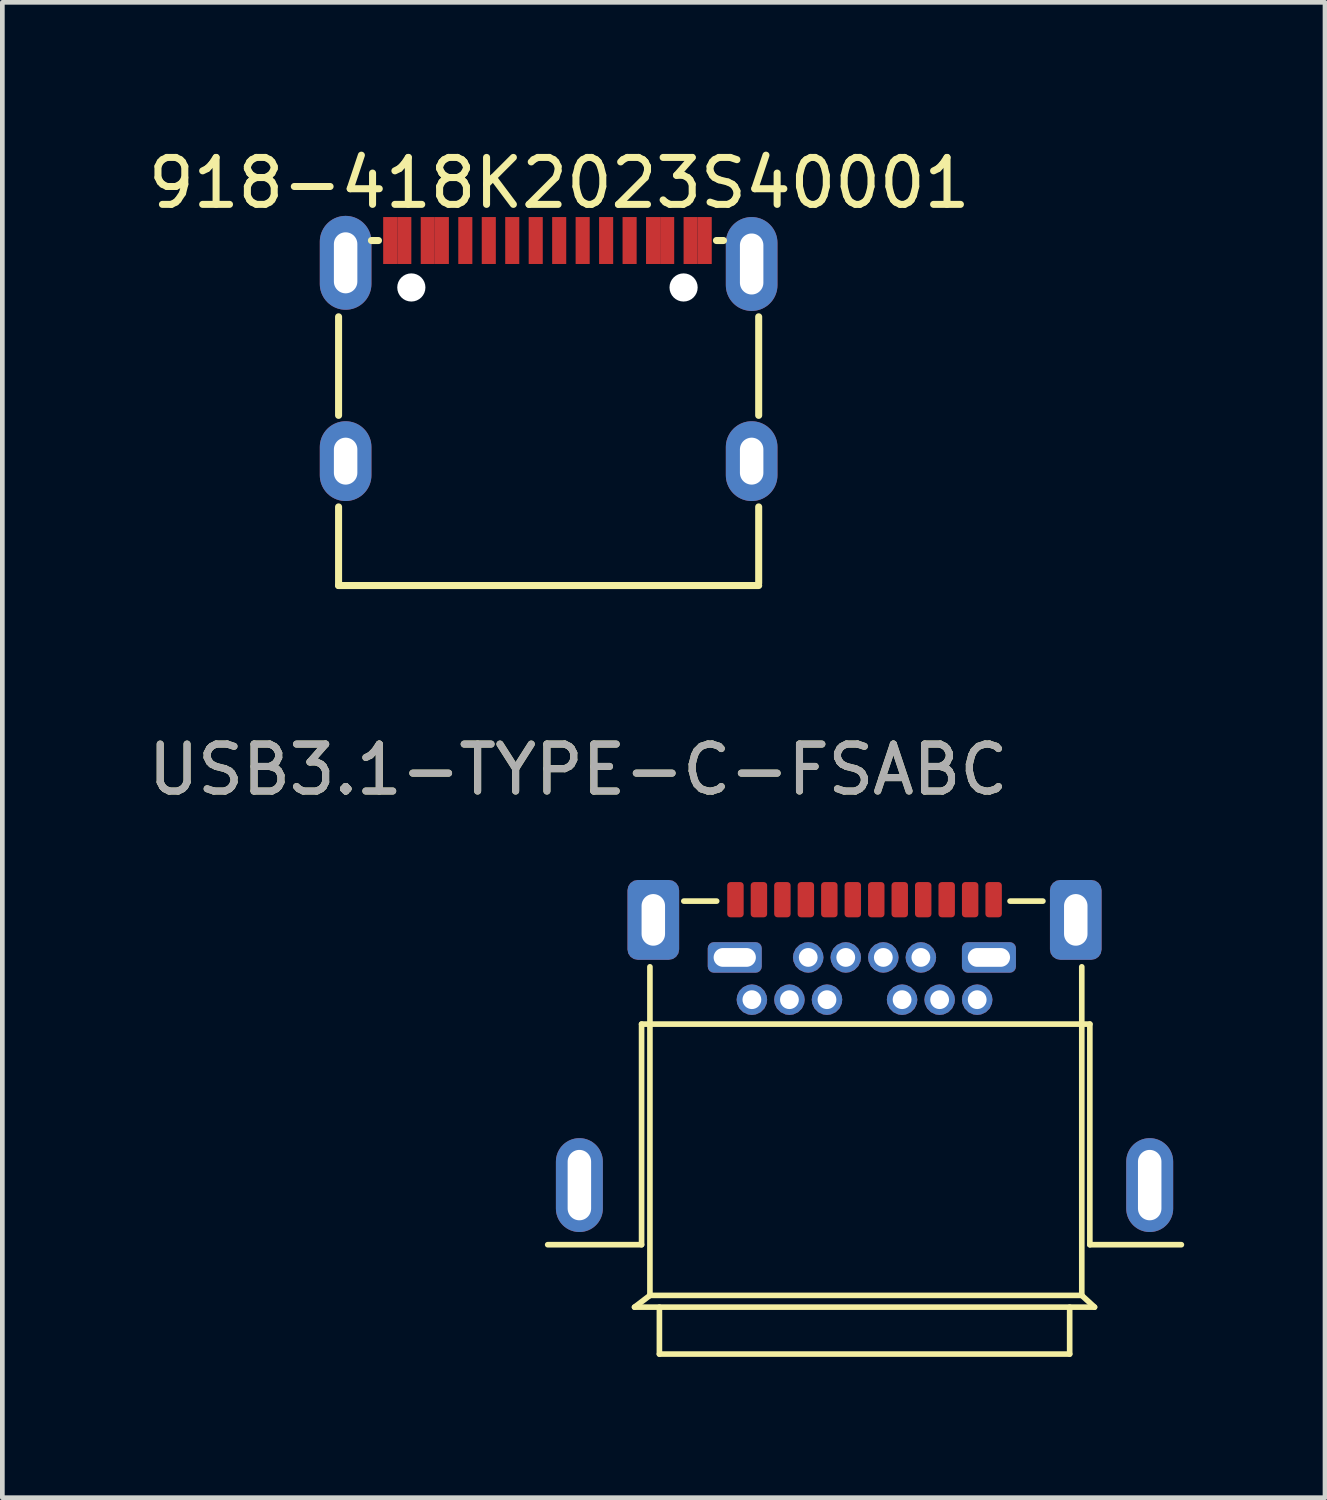
<source format=kicad_pcb>
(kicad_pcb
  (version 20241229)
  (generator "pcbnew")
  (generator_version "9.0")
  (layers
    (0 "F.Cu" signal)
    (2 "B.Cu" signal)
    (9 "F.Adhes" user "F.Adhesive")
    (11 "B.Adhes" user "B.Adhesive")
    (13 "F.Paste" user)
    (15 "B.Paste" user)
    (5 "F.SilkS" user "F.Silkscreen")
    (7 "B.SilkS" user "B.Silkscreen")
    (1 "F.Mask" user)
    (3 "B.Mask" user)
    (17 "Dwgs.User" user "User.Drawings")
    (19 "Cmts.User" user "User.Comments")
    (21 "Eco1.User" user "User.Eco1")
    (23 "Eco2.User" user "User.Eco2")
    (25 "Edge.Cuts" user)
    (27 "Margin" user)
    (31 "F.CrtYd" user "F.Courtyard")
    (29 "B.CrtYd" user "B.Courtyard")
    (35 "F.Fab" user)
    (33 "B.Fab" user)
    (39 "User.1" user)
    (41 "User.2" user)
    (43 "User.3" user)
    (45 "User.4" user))
  (footprint "918-418K2023S40001"
    (layer "F.Cu")
    (at 8.613 4.574)
    (property "Reference" "918-418K2023S40001" (at 0.25 -3.725 0) (unlocked yes) (layer "F.SilkS") (effects (font (size 1 1) (thickness 0.15))))
    (attr smd)
    (fp_line (start -4.45 -0.875) (end -4.45 1.225) (stroke (width 0.15) (type solid)) (layer "F.SilkS"))
    (fp_line (start -4.45 3.175) (end -4.45 4.85) (stroke (width 0.15) (type solid)) (layer "F.SilkS"))
    (fp_line (start -3.75 -2.5) (end -3.6 -2.5) (stroke (width 0.15) (type solid)) (layer "F.SilkS"))
    (fp_line (start 3.6 -2.5) (end 3.75 -2.5) (stroke (width 0.15) (type solid)) (layer "F.SilkS"))
    (fp_line (start 4.5 -0.875) (end 4.5 1.225) (stroke (width 0.15) (type solid)) (layer "F.SilkS"))
    (fp_line (start 4.5 3.175) (end 4.5 4.8) (stroke (width 0.15) (type solid)) (layer "F.SilkS"))
    (fp_line (start 4.5 4.85) (end -4.45 4.85) (stroke (width 0.15) (type solid)) (layer "F.SilkS"))
    (pad "" np_thru_hole circle (at -2.9 -1.5) (size 0.6 0.6) (drill 0.6) (layers "*.Cu" "*.Mask"))
    (pad "" np_thru_hole circle (at 2.9 -1.5) (size 0.6 0.6) (drill 0.6) (layers "*.Cu" "*.Mask"))
    (pad "A1" smd rect (at -3.35 -2.5) (size 0.3 1) (layers "F.Cu" "F.Mask" "F.Paste"))
    (pad "A4" smd rect (at -2.55 -2.5) (size 0.3 1) (layers "F.Cu" "F.Mask" "F.Paste"))
    (pad "A5" smd rect (at -1.75 -2.5) (size 0.3 1) (layers "F.Cu" "F.Mask" "F.Paste"))
    (pad "A6" smd rect (at -0.25 -2.5) (size 0.3 1) (layers "F.Cu" "F.Mask" "F.Paste"))
    (pad "A7" smd rect (at 0.25 -2.5) (size 0.3 1) (layers "F.Cu" "F.Mask" "F.Paste"))
    (pad "A8" smd rect (at 1.25 -2.5) (size 0.3 1) (layers "F.Cu" "F.Mask" "F.Paste"))
    (pad "A9" smd rect (at 2.55 -2.5) (size 0.3 1) (layers "F.Cu" "F.Mask" "F.Paste"))
    (pad "A12" smd rect (at 3.35 -2.5) (size 0.3 1) (layers "F.Cu" "F.Mask" "F.Paste"))
    (pad "B1" smd rect (at 3.05 -2.5) (size 0.3 1) (layers "F.Cu" "F.Mask" "F.Paste"))
    (pad "B4" smd rect (at 2.25 -2.5) (size 0.3 1) (layers "F.Cu" "F.Mask" "F.Paste"))
    (pad "B5" smd rect (at 1.75 -2.5) (size 0.3 1) (layers "F.Cu" "F.Mask" "F.Paste"))
    (pad "B6" smd rect (at 0.75 -2.5) (size 0.3 1) (layers "F.Cu" "F.Mask" "F.Paste"))
    (pad "B7" smd rect (at -0.75 -2.5) (size 0.3 1) (layers "F.Cu" "F.Mask" "F.Paste"))
    (pad "B8" smd rect (at -1.25 -2.5) (size 0.3 1) (layers "F.Cu" "F.Mask" "F.Paste"))
    (pad "B9" smd rect (at -2.25 -2.5) (size 0.3 1) (layers "F.Cu" "F.Mask" "F.Paste"))
    (pad "B12" smd rect (at -3.05 -2.5) (size 0.3 1) (layers "F.Cu" "F.Mask" "F.Paste"))
    (pad "S1" thru_hole oval (at -4.3 -2.025) (size 1.1 2) (drill oval 0.5 1.3) (layers "*.Cu" "*.Mask"))
    (pad "S1" thru_hole oval (at -4.3 2.2) (size 1.1 1.7) (drill oval 0.5 1) (layers "*.Cu" "*.Mask"))
    (pad "S2" thru_hole oval (at 4.35 -2) (size 1.1 2) (drill oval 0.5 1.3) (layers "*.Cu" "*.Mask"))
    (pad "S2" thru_hole oval (at 4.35 2.2) (size 1.1 1.7) (drill oval 0.5 1) (layers "*.Cu" "*.Mask")))
  (footprint "USB3.1-TYPE-C-FSABC"
    (layer "F.Cu")
    (at 15.368 21.047)
    (property "Reference" "USB3.1-TYPE-C-FSABC" (at -6.1 -7.7 0) (unlocked yes) (layer "F.SilkS") (effects (font (size 1 1) (thickness 0.15))))
    (attr through_hole)
    (fp_line (start -6.75 2.42) (end -4.75 2.42) (stroke (width 0.12) (type solid)) (layer "F.SilkS"))
    (fp_line (start -4.9 3.75) (end 4.9 3.75) (stroke (width 0.12) (type solid)) (layer "F.SilkS"))
    (fp_line (start -4.75 -2.28) (end 4.8 -2.28) (stroke (width 0.12) (type solid)) (layer "F.SilkS"))
    (fp_line (start -4.75 2.42) (end -4.75 -2.28) (stroke (width 0.12) (type solid)) (layer "F.SilkS"))
    (fp_line (start -4.572 -3.5) (end -4.572 3.5) (stroke (width 0.12) (type solid)) (layer "F.SilkS"))
    (fp_line (start -4.572 3.5) (end -4.9 3.75) (stroke (width 0.12) (type solid)) (layer "F.SilkS"))
    (fp_line (start -4.572 3.5) (end 4.628 3.5) (stroke (width 0.12) (type solid)) (layer "F.SilkS"))
    (fp_line (start -4.37 4.75) (end -4.37 3.75) (stroke (width 0.12) (type solid)) (layer "F.SilkS"))
    (fp_line (start -4.37 4.75) (end 4.37 4.75) (stroke (width 0.12) (type solid)) (layer "F.SilkS"))
    (fp_line (start -3.85 -4.9) (end -3.15 -4.9) (stroke (width 0.12) (type solid)) (layer "F.SilkS"))
    (fp_line (start 3.1 -4.9) (end 3.8 -4.9) (stroke (width 0.12) (type solid)) (layer "F.SilkS"))
    (fp_line (start 4.37 3.75) (end 4.37 4.75) (stroke (width 0.12) (type solid)) (layer "F.SilkS"))
    (fp_line (start 4.628 -3.5) (end 4.628 3.5) (stroke (width 0.12) (type solid)) (layer "F.SilkS"))
    (fp_line (start 4.8 2.42) (end 4.8 -2.28) (stroke (width 0.12) (type solid)) (layer "F.SilkS"))
    (fp_line (start 4.8 2.42) (end 6.75 2.42) (stroke (width 0.12) (type solid)) (layer "F.SilkS"))
    (fp_line (start 4.9 3.75) (end 4.628 3.5) (stroke (width 0.12) (type solid)) (layer "F.SilkS"))
    (fp_text user "${REFERENCE}" (at -6.1 -7.7 0) (unlocked yes) (layer "F.Fab") (effects (font (size 1 1) (thickness 0.15))))
    (pad "A1" smd roundrect (at -2.75 -4.93) (size 0.35 0.75) (layers "F.Cu" "F.Mask" "F.Paste") (roundrect_rratio 0.2))
    (pad "A2" smd roundrect (at -2.25 -4.93) (size 0.35 0.75) (layers "F.Cu" "F.Mask" "F.Paste") (roundrect_rratio 0.2))
    (pad "A3" smd roundrect (at -1.75 -4.93) (size 0.35 0.75) (layers "F.Cu" "F.Mask" "F.Paste") (roundrect_rratio 0.2))
    (pad "A4" smd roundrect (at -1.25 -4.93) (size 0.35 0.75) (layers "F.Cu" "F.Mask" "F.Paste") (roundrect_rratio 0.2))
    (pad "A5" smd roundrect (at -0.75 -4.93) (size 0.35 0.75) (layers "F.Cu" "F.Mask" "F.Paste") (roundrect_rratio 0.2))
    (pad "A6" smd roundrect (at -0.25 -4.93) (size 0.35 0.75) (layers "F.Cu" "F.Mask" "F.Paste") (roundrect_rratio 0.2))
    (pad "A7" smd roundrect (at 0.25 -4.93) (size 0.35 0.75) (layers "F.Cu" "F.Mask" "F.Paste") (roundrect_rratio 0.2))
    (pad "A8" smd roundrect (at 0.75 -4.93) (size 0.35 0.75) (layers "F.Cu" "F.Mask" "F.Paste") (roundrect_rratio 0.2))
    (pad "A9" smd roundrect (at 1.25 -4.93) (size 0.35 0.75) (layers "F.Cu" "F.Mask" "F.Paste") (roundrect_rratio 0.2))
    (pad "A10" smd roundrect (at 1.75 -4.93) (size 0.35 0.75) (layers "F.Cu" "F.Mask" "F.Paste") (roundrect_rratio 0.2))
    (pad "A11" smd roundrect (at 2.25 -4.93) (size 0.35 0.75) (layers "F.Cu" "F.Mask" "F.Paste") (roundrect_rratio 0.2))
    (pad "A12" smd roundrect (at 2.75 -4.93) (size 0.35 0.75) (layers "F.Cu" "F.Mask" "F.Paste") (roundrect_rratio 0.2))
    (pad "B1" thru_hole roundrect (at 2.65 -3.7) (size 1.15 0.65) (drill oval 0.9 0.4) (layers "*.Cu" "*.Mask") (roundrect_rratio 0.2))
    (pad "B2" thru_hole roundrect (at 2.4 -2.8) (size 0.65 0.65) (drill 0.4) (layers "*.Cu" "*.Mask") (roundrect_rratio 0.5))
    (pad "B3" thru_hole roundrect (at 1.6 -2.8) (size 0.65 0.65) (drill 0.4) (layers "*.Cu" "*.Mask") (roundrect_rratio 0.5))
    (pad "B4" thru_hole roundrect (at 1.2 -3.7) (size 0.65 0.65) (drill 0.4) (layers "*.Cu" "*.Mask") (roundrect_rratio 0.5))
    (pad "B5" thru_hole roundrect (at 0.8 -2.8) (size 0.65 0.65) (drill 0.4) (layers "*.Cu" "*.Mask") (roundrect_rratio 0.5))
    (pad "B6" thru_hole roundrect (at 0.4 -3.7) (size 0.65 0.65) (drill 0.4) (layers "*.Cu" "*.Mask") (roundrect_rratio 0.5))
    (pad "B7" thru_hole roundrect (at -0.4 -3.7) (size 0.65 0.65) (drill 0.4) (layers "*.Cu" "*.Mask") (roundrect_rratio 0.5))
    (pad "B8" thru_hole roundrect (at -0.8 -2.8) (size 0.65 0.65) (drill 0.4) (layers "*.Cu" "*.Mask") (roundrect_rratio 0.5))
    (pad "B9" thru_hole roundrect (at -1.2 -3.7) (size 0.65 0.65) (drill 0.4) (layers "*.Cu" "*.Mask") (roundrect_rratio 0.5))
    (pad "B10" thru_hole roundrect (at -1.6 -2.8) (size 0.65 0.65) (drill 0.4) (layers "*.Cu" "*.Mask") (roundrect_rratio 0.5))
    (pad "B11" thru_hole roundrect (at -2.4 -2.8) (size 0.65 0.65) (drill 0.4) (layers "*.Cu" "*.Mask") (roundrect_rratio 0.5))
    (pad "B12" thru_hole roundrect (at -2.765 -3.7) (size 1.15 0.65) (drill oval 0.9 0.4) (layers "*.Cu" "*.Mask") (roundrect_rratio 0.2))
    (pad "S1" thru_hole oval (at -6.075 1.15) (size 1 2) (drill oval 0.5 1.5) (layers "*.Cu" "*.Mask"))
    (pad "S1" thru_hole roundrect (at -4.5 -4.5) (size 1.1 1.7) (drill oval 0.5 1.1) (layers "*.Cu" "*.Mask") (roundrect_rratio 0.2))
    (pad "S2" thru_hole roundrect (at 4.5 -4.5) (size 1.1 1.7) (drill oval 0.5 1.1) (layers "*.Cu" "*.Mask") (roundrect_rratio 0.2))
    (pad "S2" thru_hole oval (at 6.075 1.15) (size 1 2) (drill oval 0.5 1.5) (layers "*.Cu" "*.Mask")))
  (gr_rect
    (start -3 -3)
    (end 25.178 28.857)
    (stroke (width 0.1) (type default))
    (fill no)
    (layer "Edge.Cuts")))
</source>
